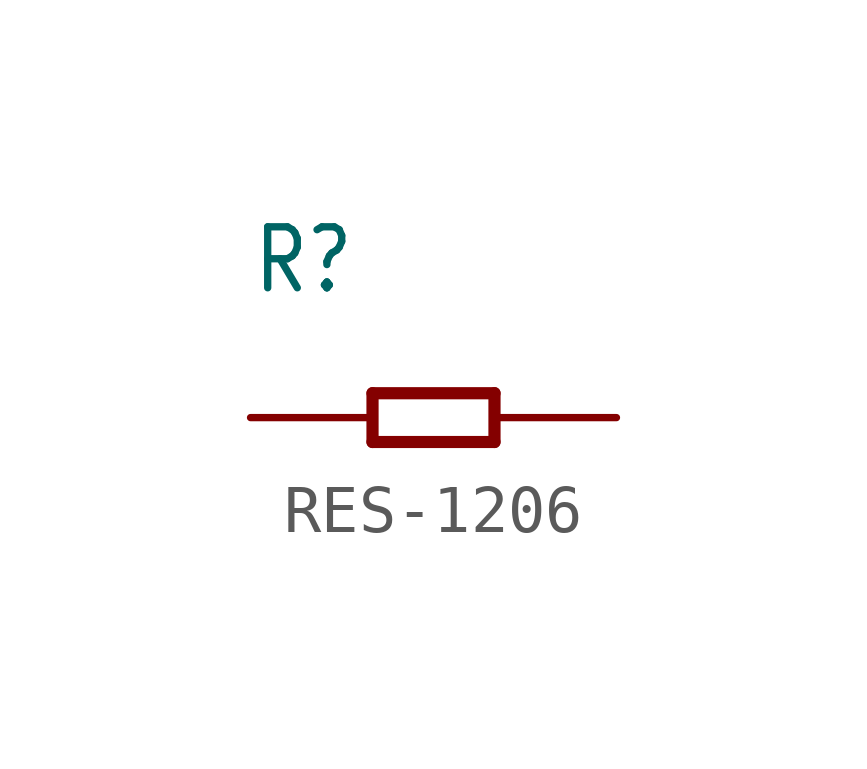
<source format=kicad_sym>
(kicad_symbol_lib
  (version 20220914)
  (generator kicad_symbol_editor)
  (symbol "RES-1206"
    (property "Reference" "R"
      (at -3.81 2.54 0)
      (effects (font (size 1.27 1.079)) (justify left bottom)))
    (property "Value" ""
      (at -3.81 1.27 0)
      (effects (font (size 1.27 1.079)) (justify left bottom)))
    (property "ki_locked" ""
      (at 0 0 0)
      (effects (font (size 1.27 1.27))))
    (symbol "RES-1206_1_0"
      (polyline (pts (xy -1.27 -0.508) (xy -1.27 0.508)) (stroke (width 0.254) (type solid)) (fill (type none)))
      (polyline (pts (xy -1.27 0.508) (xy 1.27 0.508)) (stroke (width 0.254) (type solid)) (fill (type none)))
      (polyline (pts (xy 1.27 -0.508) (xy -1.27 -0.508)) (stroke (width 0.254) (type solid)) (fill (type none)))
      (polyline (pts (xy 1.27 0.508) (xy 1.27 -0.508)) (stroke (width 0.254) (type solid)) (fill (type none)))
      (pin passive line (at -3.81 0 0) (length 2.54) (name "1" (effects (font (size 0 0)))) (number "1" (effects (font (size 0 0)))))
      (pin passive line (at 3.81 0 180) (length 2.54) (name "2" (effects (font (size 0 0)))) (number "2" (effects (font (size 0 0))))))))
</source>
